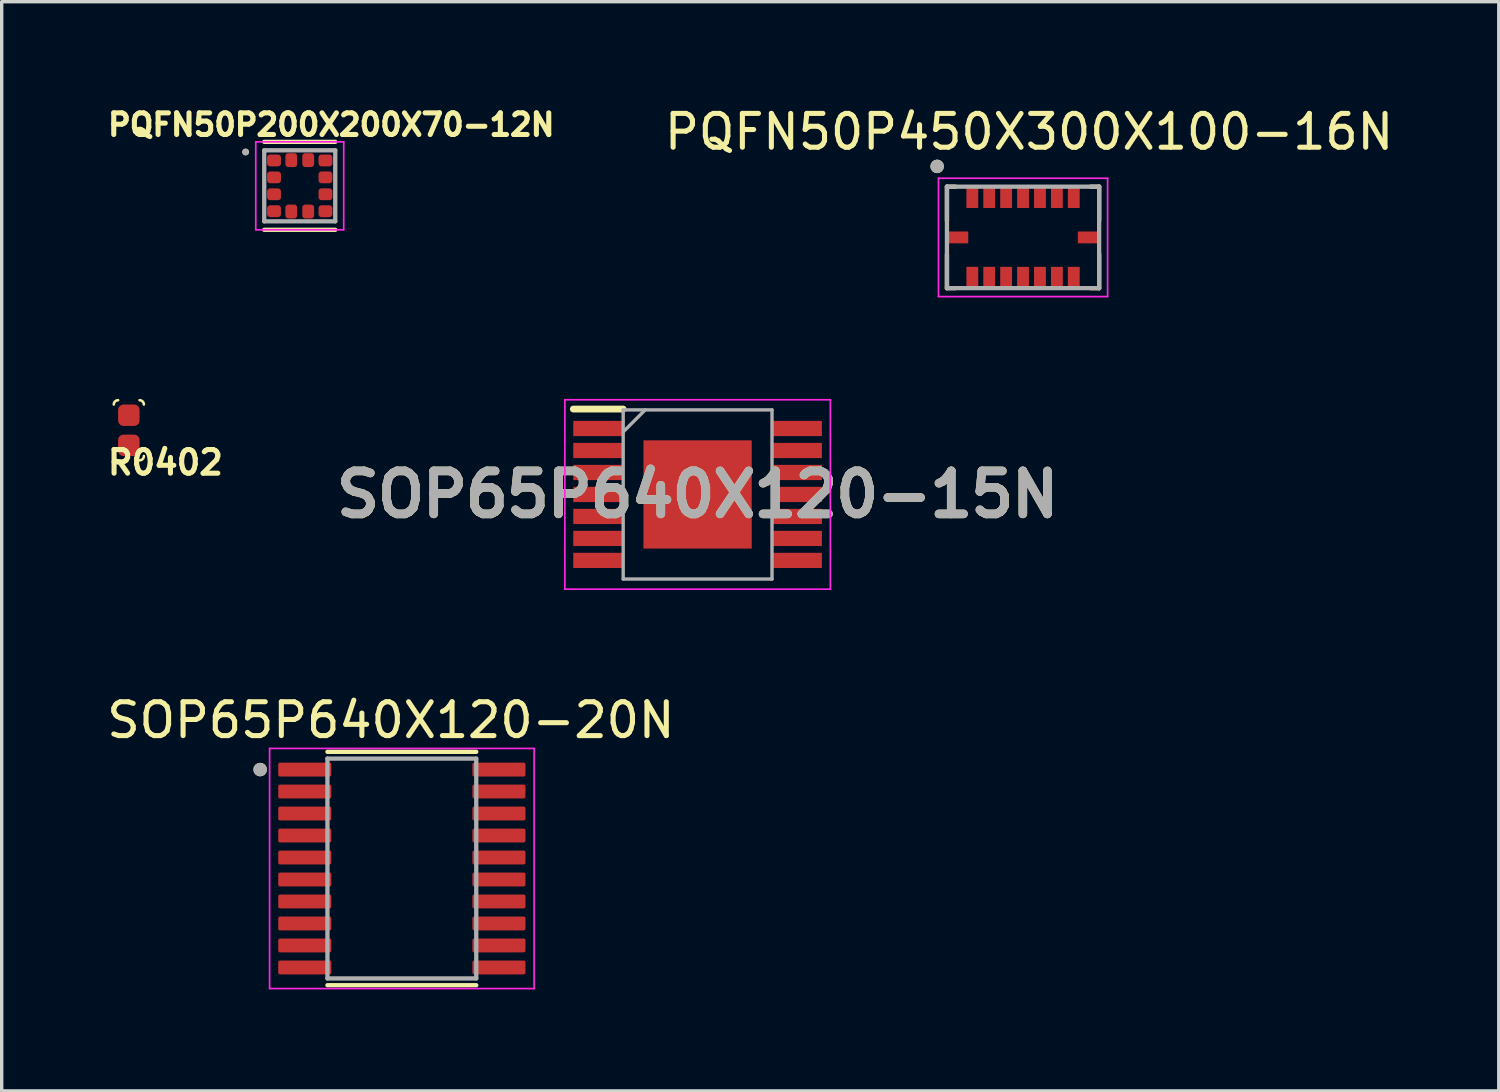
<source format=kicad_pcb>
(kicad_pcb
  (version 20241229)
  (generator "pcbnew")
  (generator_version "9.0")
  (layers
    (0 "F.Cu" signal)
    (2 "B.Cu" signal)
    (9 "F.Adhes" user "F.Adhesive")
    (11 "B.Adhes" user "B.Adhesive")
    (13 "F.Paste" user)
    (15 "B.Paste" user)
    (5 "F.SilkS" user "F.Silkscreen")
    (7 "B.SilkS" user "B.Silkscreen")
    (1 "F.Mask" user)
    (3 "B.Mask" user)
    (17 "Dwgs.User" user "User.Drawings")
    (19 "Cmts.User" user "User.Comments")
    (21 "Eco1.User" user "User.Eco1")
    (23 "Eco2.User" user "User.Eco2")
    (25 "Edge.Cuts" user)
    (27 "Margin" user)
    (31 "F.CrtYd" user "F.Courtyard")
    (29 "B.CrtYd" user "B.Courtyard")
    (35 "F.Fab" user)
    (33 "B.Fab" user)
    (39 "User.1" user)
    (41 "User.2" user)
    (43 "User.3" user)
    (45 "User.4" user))
  (footprint "SOP65P640X120-15N"
    (layer "F.Cu")
    (at 17.575 11.569)
    (property "Reference" "SOP65P640X120-15N" (at 0 0 0) (layer "F.SilkS") (effects (font (size 1.27 1.27) (thickness 0.254))))
    (attr smd)
    (fp_line (start -3.675 -2.525) (end -2.2 -2.525) (stroke (width 0.2) (type solid)) (layer "F.SilkS"))
    (fp_line (start -3.925 -2.8) (end 3.925 -2.8) (stroke (width 0.05) (type solid)) (layer "F.CrtYd"))
    (fp_line (start -3.925 2.8) (end -3.925 -2.8) (stroke (width 0.05) (type solid)) (layer "F.CrtYd"))
    (fp_line (start 3.925 -2.8) (end 3.925 2.8) (stroke (width 0.05) (type solid)) (layer "F.CrtYd"))
    (fp_line (start 3.925 2.8) (end -3.925 2.8) (stroke (width 0.05) (type solid)) (layer "F.CrtYd"))
    (fp_line (start -2.2 -2.5) (end 2.2 -2.5) (stroke (width 0.1) (type solid)) (layer "F.Fab"))
    (fp_line (start -2.2 -1.85) (end -1.55 -2.5) (stroke (width 0.1) (type solid)) (layer "F.Fab"))
    (fp_line (start -2.2 2.5) (end -2.2 -2.5) (stroke (width 0.1) (type solid)) (layer "F.Fab"))
    (fp_line (start 2.2 -2.5) (end 2.2 2.5) (stroke (width 0.1) (type solid)) (layer "F.Fab"))
    (fp_line (start 2.2 2.5) (end -2.2 2.5) (stroke (width 0.1) (type solid)) (layer "F.Fab"))
    (fp_text user "${REFERENCE}" (at 0 0 0) (layer "F.Fab") (effects (font (size 1.27 1.27) (thickness 0.254))))
    (pad "1" smd rect (at -2.938 -1.95 90) (size 0.45 1.475) (layers "F.Cu" "F.Mask" "F.Paste"))
    (pad "2" smd rect (at -2.938 -1.3 90) (size 0.45 1.475) (layers "F.Cu" "F.Mask" "F.Paste"))
    (pad "3" smd rect (at -2.938 -0.65 90) (size 0.45 1.475) (layers "F.Cu" "F.Mask" "F.Paste"))
    (pad "4" smd rect (at -2.938 0 90) (size 0.45 1.475) (layers "F.Cu" "F.Mask" "F.Paste"))
    (pad "5" smd rect (at -2.938 0.65 90) (size 0.45 1.475) (layers "F.Cu" "F.Mask" "F.Paste"))
    (pad "6" smd rect (at -2.938 1.3 90) (size 0.45 1.475) (layers "F.Cu" "F.Mask" "F.Paste"))
    (pad "7" smd rect (at -2.938 1.95 90) (size 0.45 1.475) (layers "F.Cu" "F.Mask" "F.Paste"))
    (pad "8" smd rect (at 2.938 1.95 90) (size 0.45 1.475) (layers "F.Cu" "F.Mask" "F.Paste"))
    (pad "9" smd rect (at 2.938 1.3 90) (size 0.45 1.475) (layers "F.Cu" "F.Mask" "F.Paste"))
    (pad "10" smd rect (at 2.938 0.65 90) (size 0.45 1.475) (layers "F.Cu" "F.Mask" "F.Paste"))
    (pad "11" smd rect (at 2.938 0 90) (size 0.45 1.475) (layers "F.Cu" "F.Mask" "F.Paste"))
    (pad "12" smd rect (at 2.938 -0.65 90) (size 0.45 1.475) (layers "F.Cu" "F.Mask" "F.Paste"))
    (pad "13" smd rect (at 2.938 -1.3 90) (size 0.45 1.475) (layers "F.Cu" "F.Mask" "F.Paste"))
    (pad "14" smd rect (at 2.938 -1.95 90) (size 0.45 1.475) (layers "F.Cu" "F.Mask" "F.Paste"))
    (pad "15" smd rect (at 0 0) (size 3.2 3.2) (layers "F.Cu" "F.Mask" "F.Paste")))
  (footprint "R0402"
    (layer "F.Cu")
    (at 0.759 9.671)
    (property "Reference" "R0402" (at 1.08 0.953 180) (layer "F.SilkS") (effects (font (size 0.7 0.7) (thickness 0.15))))
    (attr smd)
    (fp_arc (start -0.4445 -0.762) (mid -0.407303 -0.851803) (end -0.3175 -0.889) (stroke (width 0.0762) (type solid)) (layer "F.SilkS"))
    (fp_arc (start -0.3175 0.889) (mid -0.407303 0.851803) (end -0.4445 0.762) (stroke (width 0.0762) (type solid)) (layer "F.SilkS"))
    (fp_arc (start 0.3175 -0.889) (mid 0.407303 -0.851803) (end 0.4445 -0.762) (stroke (width 0.0762) (type solid)) (layer "F.SilkS"))
    (fp_arc (start 0.4445 0.762) (mid 0.407303 0.851803) (end 0.3175 0.889) (stroke (width 0.0762) (type solid)) (layer "F.SilkS"))
    (pad "1" smd roundrect (at 0 -0.445) (size 0.635 0.635) (layers "F.Cu" "F.Mask" "F.Paste") (roundrect_rratio 0.25))
    (pad "2" smd roundrect (at 0 0.445) (size 0.635 0.635) (layers "F.Cu" "F.Mask" "F.Paste") (roundrect_rratio 0.25)))
  (footprint "SOP65P640X120-20N"
    (layer "F.Cu")
    (at 8.831 22.628)
    (property "Reference" "SOP65P640X120-20N" (at -0.325 -4.385 0) (layer "F.SilkS") (effects (font (size 1 1) (thickness 0.15))))
    (attr smd)
    (fp_line (start -2.2 -3.45) (end 2.2 -3.45) (stroke (width 0.127) (type solid)) (layer "F.SilkS"))
    (fp_line (start -2.2 3.45) (end 2.2 3.45) (stroke (width 0.127) (type solid)) (layer "F.SilkS"))
    (fp_circle (center -4.19 -2.925) (end -4.09 -2.925) (stroke (width 0.2) (type solid)) (fill no) (layer "F.SilkS"))
    (fp_line (start -3.91 -3.55) (end -3.91 3.55) (stroke (width 0.05) (type solid)) (layer "F.CrtYd"))
    (fp_line (start -3.91 -3.55) (end 3.91 -3.55) (stroke (width 0.05) (type solid)) (layer "F.CrtYd"))
    (fp_line (start -3.91 3.55) (end 3.91 3.55) (stroke (width 0.05) (type solid)) (layer "F.CrtYd"))
    (fp_line (start 3.91 -3.55) (end 3.91 3.55) (stroke (width 0.05) (type solid)) (layer "F.CrtYd"))
    (fp_line (start -2.2 -3.25) (end -2.2 3.25) (stroke (width 0.127) (type solid)) (layer "F.Fab"))
    (fp_line (start -2.2 -3.25) (end 2.2 -3.25) (stroke (width 0.127) (type solid)) (layer "F.Fab"))
    (fp_line (start -2.2 3.25) (end 2.2 3.25) (stroke (width 0.127) (type solid)) (layer "F.Fab"))
    (fp_line (start 2.2 -3.25) (end 2.2 3.25) (stroke (width 0.127) (type solid)) (layer "F.Fab"))
    (fp_circle (center -4.19 -2.925) (end -4.09 -2.925) (stroke (width 0.2) (type solid)) (fill no) (layer "F.Fab"))
    (pad "1" smd roundrect (at -2.87 -2.925) (size 1.57 0.41) (layers "F.Cu" "F.Mask" "F.Paste") (roundrect_rratio 0.125))
    (pad "2" smd roundrect (at -2.87 -2.275) (size 1.57 0.41) (layers "F.Cu" "F.Mask" "F.Paste") (roundrect_rratio 0.125))
    (pad "3" smd roundrect (at -2.87 -1.625) (size 1.57 0.41) (layers "F.Cu" "F.Mask" "F.Paste") (roundrect_rratio 0.125))
    (pad "4" smd roundrect (at -2.87 -0.975) (size 1.57 0.41) (layers "F.Cu" "F.Mask" "F.Paste") (roundrect_rratio 0.125))
    (pad "5" smd roundrect (at -2.87 -0.325) (size 1.57 0.41) (layers "F.Cu" "F.Mask" "F.Paste") (roundrect_rratio 0.125))
    (pad "6" smd roundrect (at -2.87 0.325) (size 1.57 0.41) (layers "F.Cu" "F.Mask" "F.Paste") (roundrect_rratio 0.125))
    (pad "7" smd roundrect (at -2.87 0.975) (size 1.57 0.41) (layers "F.Cu" "F.Mask" "F.Paste") (roundrect_rratio 0.125))
    (pad "8" smd roundrect (at -2.87 1.625) (size 1.57 0.41) (layers "F.Cu" "F.Mask" "F.Paste") (roundrect_rratio 0.125))
    (pad "9" smd roundrect (at -2.87 2.275) (size 1.57 0.41) (layers "F.Cu" "F.Mask" "F.Paste") (roundrect_rratio 0.125))
    (pad "10" smd roundrect (at -2.87 2.925) (size 1.57 0.41) (layers "F.Cu" "F.Mask" "F.Paste") (roundrect_rratio 0.125))
    (pad "11" smd roundrect (at 2.87 2.925) (size 1.57 0.41) (layers "F.Cu" "F.Mask" "F.Paste") (roundrect_rratio 0.125))
    (pad "12" smd roundrect (at 2.87 2.275) (size 1.57 0.41) (layers "F.Cu" "F.Mask" "F.Paste") (roundrect_rratio 0.125))
    (pad "13" smd roundrect (at 2.87 1.625) (size 1.57 0.41) (layers "F.Cu" "F.Mask" "F.Paste") (roundrect_rratio 0.125))
    (pad "14" smd roundrect (at 2.87 0.975) (size 1.57 0.41) (layers "F.Cu" "F.Mask" "F.Paste") (roundrect_rratio 0.125))
    (pad "15" smd roundrect (at 2.87 0.325) (size 1.57 0.41) (layers "F.Cu" "F.Mask" "F.Paste") (roundrect_rratio 0.125))
    (pad "16" smd roundrect (at 2.87 -0.325) (size 1.57 0.41) (layers "F.Cu" "F.Mask" "F.Paste") (roundrect_rratio 0.125))
    (pad "17" smd roundrect (at 2.87 -0.975) (size 1.57 0.41) (layers "F.Cu" "F.Mask" "F.Paste") (roundrect_rratio 0.125))
    (pad "18" smd roundrect (at 2.87 -1.625) (size 1.57 0.41) (layers "F.Cu" "F.Mask" "F.Paste") (roundrect_rratio 0.125))
    (pad "19" smd roundrect (at 2.87 -2.275) (size 1.57 0.41) (layers "F.Cu" "F.Mask" "F.Paste") (roundrect_rratio 0.125))
    (pad "20" smd roundrect (at 2.87 -2.925) (size 1.57 0.41) (layers "F.Cu" "F.Mask" "F.Paste") (roundrect_rratio 0.125)))
  (footprint "PQFN50P200X200X70-12N"
    (layer "F.Cu")
    (at 5.812 2.444)
    (property "Reference" "PQFN50P200X200X70-12N" (at 0.932 -1.806 0) (layer "F.SilkS") (effects (font (size 0.64 0.64) (thickness 0.15))))
    (attr smd)
    (fp_line (start -1.05 -1.3) (end 1.05 -1.3) (stroke (width 0.127) (type solid)) (layer "F.SilkS"))
    (fp_line (start 1.05 1.3) (end -1.05 1.3) (stroke (width 0.127) (type solid)) (layer "F.SilkS"))
    (fp_circle (center -1.6 -1) (end -1.55 -1) (stroke (width 0.1) (type solid)) (fill no) (layer "F.SilkS"))
    (fp_line (start -1.3 -1.3) (end -1.3 1.3) (stroke (width 0.05) (type solid)) (layer "F.CrtYd"))
    (fp_line (start -1.3 1.3) (end 1.3 1.3) (stroke (width 0.05) (type solid)) (layer "F.CrtYd"))
    (fp_line (start 1.3 -1.3) (end -1.3 -1.3) (stroke (width 0.05) (type solid)) (layer "F.CrtYd"))
    (fp_line (start 1.3 1.3) (end 1.3 -1.3) (stroke (width 0.05) (type solid)) (layer "F.CrtYd"))
    (fp_line (start -1.05 -1.05) (end 1.05 -1.05) (stroke (width 0.127) (type solid)) (layer "F.Fab"))
    (fp_line (start -1.05 1.05) (end -1.05 -1.05) (stroke (width 0.127) (type solid)) (layer "F.Fab"))
    (fp_line (start 1.05 -1.05) (end 1.05 1.05) (stroke (width 0.127) (type solid)) (layer "F.Fab"))
    (fp_line (start 1.05 1.05) (end -1.05 1.05) (stroke (width 0.127) (type solid)) (layer "F.Fab"))
    (fp_circle (center -1.6 -1) (end -1.55 -1) (stroke (width 0.1) (type solid)) (fill no) (layer "F.Fab"))
    (pad "1" smd roundrect (at -0.76 -0.75) (size 0.41 0.35) (layers "F.Cu" "F.Mask" "F.Paste") (roundrect_rratio 0.25))
    (pad "2" smd roundrect (at -0.76 -0.25) (size 0.41 0.35) (layers "F.Cu" "F.Mask" "F.Paste") (roundrect_rratio 0.25))
    (pad "3" smd roundrect (at -0.76 0.25) (size 0.41 0.35) (layers "F.Cu" "F.Mask" "F.Paste") (roundrect_rratio 0.25))
    (pad "4" smd roundrect (at -0.76 0.75) (size 0.41 0.35) (layers "F.Cu" "F.Mask" "F.Paste") (roundrect_rratio 0.25))
    (pad "5" smd roundrect (at -0.25 0.76) (size 0.35 0.41) (layers "F.Cu" "F.Mask" "F.Paste") (roundrect_rratio 0.25))
    (pad "6" smd roundrect (at 0.25 0.76) (size 0.35 0.41) (layers "F.Cu" "F.Mask" "F.Paste") (roundrect_rratio 0.25))
    (pad "7" smd roundrect (at 0.76 0.75) (size 0.41 0.35) (layers "F.Cu" "F.Mask" "F.Paste") (roundrect_rratio 0.25))
    (pad "8" smd roundrect (at 0.76 0.25) (size 0.41 0.35) (layers "F.Cu" "F.Mask" "F.Paste") (roundrect_rratio 0.25))
    (pad "9" smd roundrect (at 0.76 -0.25) (size 0.41 0.35) (layers "F.Cu" "F.Mask" "F.Paste") (roundrect_rratio 0.25))
    (pad "10" smd roundrect (at 0.76 -0.75) (size 0.41 0.35) (layers "F.Cu" "F.Mask" "F.Paste") (roundrect_rratio 0.25))
    (pad "11" smd roundrect (at 0.25 -0.76) (size 0.35 0.41) (layers "F.Cu" "F.Mask" "F.Paste") (roundrect_rratio 0.25))
    (pad "12" smd roundrect (at -0.25 -0.76) (size 0.35 0.41) (layers "F.Cu" "F.Mask" "F.Paste") (roundrect_rratio 0.25)))
  (footprint "PQFN50P450X300X100-16N"
    (layer "F.Cu")
    (at 27.197 3.969)
    (property "Reference" "PQFN50P450X300X100-16N" (at 0.178 -3.121 0) (layer "F.SilkS") (effects (font (size 1 1) (thickness 0.15))))
    (attr smd)
    (fp_line (start -2.25 -1.5) (end -2 -1.5) (stroke (width 0.127) (type solid)) (layer "F.SilkS"))
    (fp_line (start -2.25 -0.5) (end -2.25 -1.5) (stroke (width 0.127) (type solid)) (layer "F.SilkS"))
    (fp_line (start -2.25 1.5) (end -2.25 0.5) (stroke (width 0.127) (type solid)) (layer "F.SilkS"))
    (fp_line (start -2 1.5) (end -2.25 1.5) (stroke (width 0.127) (type solid)) (layer "F.SilkS"))
    (fp_line (start 2.25 -1.5) (end 2 -1.5) (stroke (width 0.127) (type solid)) (layer "F.SilkS"))
    (fp_line (start 2.25 -0.5) (end 2.25 -1.5) (stroke (width 0.127) (type solid)) (layer "F.SilkS"))
    (fp_line (start 2.25 0.5) (end 2.25 1.5) (stroke (width 0.127) (type solid)) (layer "F.SilkS"))
    (fp_line (start 2.25 1.5) (end 2 1.5) (stroke (width 0.127) (type solid)) (layer "F.SilkS"))
    (fp_circle (center -2.54 -2.1) (end -2.44 -2.1) (stroke (width 0.2) (type solid)) (fill no) (layer "F.SilkS"))
    (fp_line (start -2.5 -1.75) (end 2.5 -1.75) (stroke (width 0.05) (type solid)) (layer "F.CrtYd"))
    (fp_line (start -2.5 1.75) (end -2.5 -1.75) (stroke (width 0.05) (type solid)) (layer "F.CrtYd"))
    (fp_line (start 2.5 -1.75) (end 2.5 1.75) (stroke (width 0.05) (type solid)) (layer "F.CrtYd"))
    (fp_line (start 2.5 1.75) (end -2.5 1.75) (stroke (width 0.05) (type solid)) (layer "F.CrtYd"))
    (fp_line (start -2.25 -1.5) (end 2.25 -1.5) (stroke (width 0.127) (type solid)) (layer "F.Fab"))
    (fp_line (start -2.25 1.5) (end -2.25 -1.5) (stroke (width 0.127) (type solid)) (layer "F.Fab"))
    (fp_line (start 2.25 -1.5) (end 2.25 1.5) (stroke (width 0.127) (type solid)) (layer "F.Fab"))
    (fp_line (start 2.25 1.5) (end -2.25 1.5) (stroke (width 0.127) (type solid)) (layer "F.Fab"))
    (fp_circle (center -2.54 -2.1) (end -2.44 -2.1) (stroke (width 0.2) (type solid)) (fill no) (layer "F.Fab"))
    (pad "1" smd rect (at -1.5 -1.165) (size 0.35 0.59) (layers "F.Cu" "F.Mask" "F.Paste"))
    (pad "2" smd rect (at -1 -1.165) (size 0.35 0.59) (layers "F.Cu" "F.Mask" "F.Paste"))
    (pad "3" smd rect (at -0.5 -1.165) (size 0.35 0.59) (layers "F.Cu" "F.Mask" "F.Paste"))
    (pad "4" smd rect (at 0 -1.165) (size 0.35 0.59) (layers "F.Cu" "F.Mask" "F.Paste"))
    (pad "5" smd rect (at 0.5 -1.165) (size 0.35 0.59) (layers "F.Cu" "F.Mask" "F.Paste"))
    (pad "6" smd rect (at 1 -1.165) (size 0.35 0.59) (layers "F.Cu" "F.Mask" "F.Paste"))
    (pad "7" smd rect (at 1.5 -1.165) (size 0.35 0.59) (layers "F.Cu" "F.Mask" "F.Paste"))
    (pad "8" smd rect (at 1.915 0) (size 0.59 0.35) (layers "F.Cu" "F.Mask" "F.Paste"))
    (pad "9" smd rect (at 1.5 1.165) (size 0.35 0.59) (layers "F.Cu" "F.Mask" "F.Paste"))
    (pad "10" smd rect (at 1 1.165) (size 0.35 0.59) (layers "F.Cu" "F.Mask" "F.Paste"))
    (pad "11" smd rect (at 0.5 1.165) (size 0.35 0.59) (layers "F.Cu" "F.Mask" "F.Paste"))
    (pad "12" smd rect (at 0 1.165) (size 0.35 0.59) (layers "F.Cu" "F.Mask" "F.Paste"))
    (pad "13" smd rect (at -0.5 1.165) (size 0.35 0.59) (layers "F.Cu" "F.Mask" "F.Paste"))
    (pad "14" smd rect (at -1 1.165) (size 0.35 0.59) (layers "F.Cu" "F.Mask" "F.Paste"))
    (pad "15" smd rect (at -1.5 1.165) (size 0.35 0.59) (layers "F.Cu" "F.Mask" "F.Paste"))
    (pad "16" smd rect (at -1.915 0) (size 0.59 0.35) (layers "F.Cu" "F.Mask" "F.Paste")))
  (gr_rect
    (start -3 -3)
    (end 41.262 29.203)
    (stroke (width 0.1) (type default))
    (fill no)
    (layer "Edge.Cuts")))
</source>
